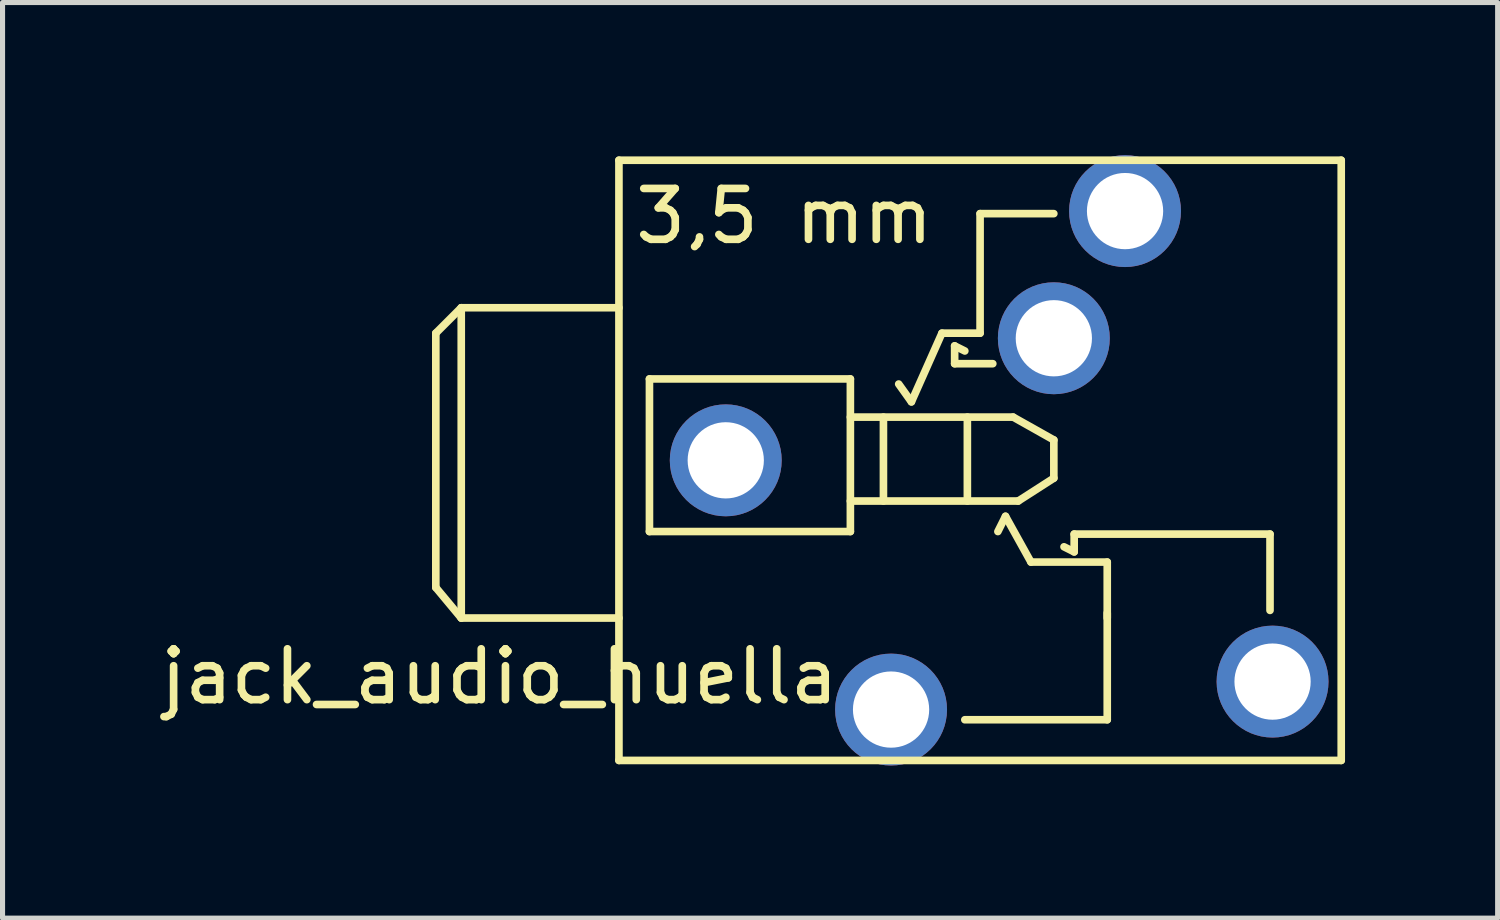
<source format=kicad_pcb>
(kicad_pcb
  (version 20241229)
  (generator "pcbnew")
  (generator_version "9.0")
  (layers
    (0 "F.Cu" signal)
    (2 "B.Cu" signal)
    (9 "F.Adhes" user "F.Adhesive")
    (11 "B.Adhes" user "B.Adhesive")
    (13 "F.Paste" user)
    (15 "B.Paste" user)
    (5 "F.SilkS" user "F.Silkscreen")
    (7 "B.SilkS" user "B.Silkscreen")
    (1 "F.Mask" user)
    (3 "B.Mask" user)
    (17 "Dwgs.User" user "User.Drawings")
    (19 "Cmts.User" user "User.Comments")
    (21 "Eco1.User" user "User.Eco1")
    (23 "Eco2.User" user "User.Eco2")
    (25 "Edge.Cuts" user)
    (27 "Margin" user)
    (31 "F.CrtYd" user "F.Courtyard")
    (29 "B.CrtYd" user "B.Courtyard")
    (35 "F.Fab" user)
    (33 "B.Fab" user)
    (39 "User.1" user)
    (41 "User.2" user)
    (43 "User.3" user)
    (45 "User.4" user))
  (footprint "jack_audio_huella"
    (layer "F.Cu")
    (at 16.218 6)
    (property "Reference" "jack_audio_huella" (at -9.45 4.25 0) (layer "F.SilkS") (effects (font (size 1 1) (thickness 0.15))))
    (attr through_hole)
    (fp_line (start -10.7 -2.5) (end -10.2 -3) (stroke (width 0.15) (type solid)) (layer "F.SilkS"))
    (fp_line (start -10.7 2.5) (end -10.7 -2.5) (stroke (width 0.15) (type solid)) (layer "F.SilkS"))
    (fp_line (start -10.7 2.5) (end -10.2 3.1) (stroke (width 0.15) (type solid)) (layer "F.SilkS"))
    (fp_line (start -10.2 -3) (end -10.2 3.1) (stroke (width 0.15) (type solid)) (layer "F.SilkS"))
    (fp_line (start -10.2 3.1) (end -7.1 3.1) (stroke (width 0.15) (type solid)) (layer "F.SilkS"))
    (fp_line (start -7.1 -5.9) (end 7.1 -5.9) (stroke (width 0.15) (type solid)) (layer "F.SilkS"))
    (fp_line (start -7.1 -3) (end -10.2 -3) (stroke (width 0.15) (type solid)) (layer "F.SilkS"))
    (fp_line (start -7.1 5.9) (end -7.1 -5.9) (stroke (width 0.15) (type solid)) (layer "F.SilkS"))
    (fp_line (start -6.5 -1.6) (end -2.55 -1.6) (stroke (width 0.15) (type solid)) (layer "F.SilkS"))
    (fp_line (start -6.5 1.4) (end -6.5 -1.6) (stroke (width 0.15) (type solid)) (layer "F.SilkS"))
    (fp_line (start -2.55 -1.6) (end -2.55 1.4) (stroke (width 0.15) (type solid)) (layer "F.SilkS"))
    (fp_line (start -2.55 -0.85) (end 0.65 -0.85) (stroke (width 0.15) (type solid)) (layer "F.SilkS"))
    (fp_line (start -2.55 1.4) (end -6.5 1.4) (stroke (width 0.15) (type solid)) (layer "F.SilkS"))
    (fp_line (start -1.9 -0.85) (end -1.9 0.8) (stroke (width 0.15) (type solid)) (layer "F.SilkS"))
    (fp_line (start -1.35 -1.15) (end -1.6 -1.5) (stroke (width 0.15) (type solid)) (layer "F.SilkS"))
    (fp_line (start -0.75 -2.5) (end -1.35 -1.15) (stroke (width 0.15) (type solid)) (layer "F.SilkS"))
    (fp_line (start -0.5 -2.25) (end -0.3 -2.15) (stroke (width 0.15) (type solid)) (layer "F.SilkS"))
    (fp_line (start -0.5 -1.9) (end -0.5 -2.25) (stroke (width 0.15) (type solid)) (layer "F.SilkS"))
    (fp_line (start -0.3 5.1) (end 2.5 5.1) (stroke (width 0.15) (type solid)) (layer "F.SilkS"))
    (fp_line (start -0.25 -0.85) (end -0.25 0.8) (stroke (width 0.15) (type solid)) (layer "F.SilkS"))
    (fp_line (start 0 -4.85) (end 0 -2.5) (stroke (width 0.15) (type solid)) (layer "F.SilkS"))
    (fp_line (start 0 -2.5) (end -0.75 -2.5) (stroke (width 0.15) (type solid)) (layer "F.SilkS"))
    (fp_line (start 0.25 -1.9) (end -0.5 -1.9) (stroke (width 0.15) (type solid)) (layer "F.SilkS"))
    (fp_line (start 0.5 1.1) (end 0.35 1.4) (stroke (width 0.15) (type solid)) (layer "F.SilkS"))
    (fp_line (start 0.65 -0.85) (end 1.45 -0.4) (stroke (width 0.15) (type solid)) (layer "F.SilkS"))
    (fp_line (start 0.75 0.8) (end -2.55 0.8) (stroke (width 0.15) (type solid)) (layer "F.SilkS"))
    (fp_line (start 1 2) (end 0.5 1.1) (stroke (width 0.15) (type solid)) (layer "F.SilkS"))
    (fp_line (start 1.45 -4.85) (end 0 -4.85) (stroke (width 0.15) (type solid)) (layer "F.SilkS"))
    (fp_line (start 1.45 -0.4) (end 1.45 0.35) (stroke (width 0.15) (type solid)) (layer "F.SilkS"))
    (fp_line (start 1.45 0.35) (end 0.75 0.8) (stroke (width 0.15) (type solid)) (layer "F.SilkS"))
    (fp_line (start 1.85 1.45) (end 1.85 1.8) (stroke (width 0.15) (type solid)) (layer "F.SilkS"))
    (fp_line (start 1.85 1.8) (end 1.65 1.7) (stroke (width 0.15) (type solid)) (layer "F.SilkS"))
    (fp_line (start 2.5 2) (end 1 2) (stroke (width 0.15) (type solid)) (layer "F.SilkS"))
    (fp_line (start 2.5 3.1) (end 2.5 2) (stroke (width 0.15) (type solid)) (layer "F.SilkS"))
    (fp_line (start 2.5 5.1) (end 2.5 3) (stroke (width 0.15) (type solid)) (layer "F.SilkS"))
    (fp_line (start 5.7 1.45) (end 1.85 1.45) (stroke (width 0.15) (type solid)) (layer "F.SilkS"))
    (fp_line (start 5.7 2.95) (end 5.7 1.45) (stroke (width 0.15) (type solid)) (layer "F.SilkS"))
    (fp_line (start 7.1 -5.9) (end 7.1 5.9) (stroke (width 0.15) (type solid)) (layer "F.SilkS"))
    (fp_line (start 7.1 5.9) (end -7.1 5.9) (stroke (width 0.15) (type solid)) (layer "F.SilkS"))
    (fp_text user "3,5 mm" (at -3.85 -4.8 0) (layer "F.SilkS") (effects (font (size 1 1) (thickness 0.15))))
    (pad "1" thru_hole circle (at -5 0) (size 2.2 2.2) (drill 1.499) (layers "*.Cu" "*.Mask"))
    (pad "2" thru_hole circle (at 2.85 -4.9) (size 2.2 2.2) (drill 1.499) (layers "*.Cu" "*.Mask"))
    (pad "3" thru_hole circle (at 1.45 -2.4) (size 2.2 2.2) (drill 1.499) (layers "*.Cu" "*.Mask"))
    (pad "4" thru_hole circle (at 5.75 4.35) (size 2.2 2.2) (drill 1.499) (layers "*.Cu" "*.Mask"))
    (pad "5" thru_hole circle (at -1.75 4.9) (size 2.2 2.2) (drill 1.499) (layers "*.Cu" "*.Mask")))
  (gr_rect
    (start -3 -3)
    (end 26.393 15)
    (stroke (width 0.1) (type default))
    (fill no)
    (layer "Edge.Cuts")))
</source>
